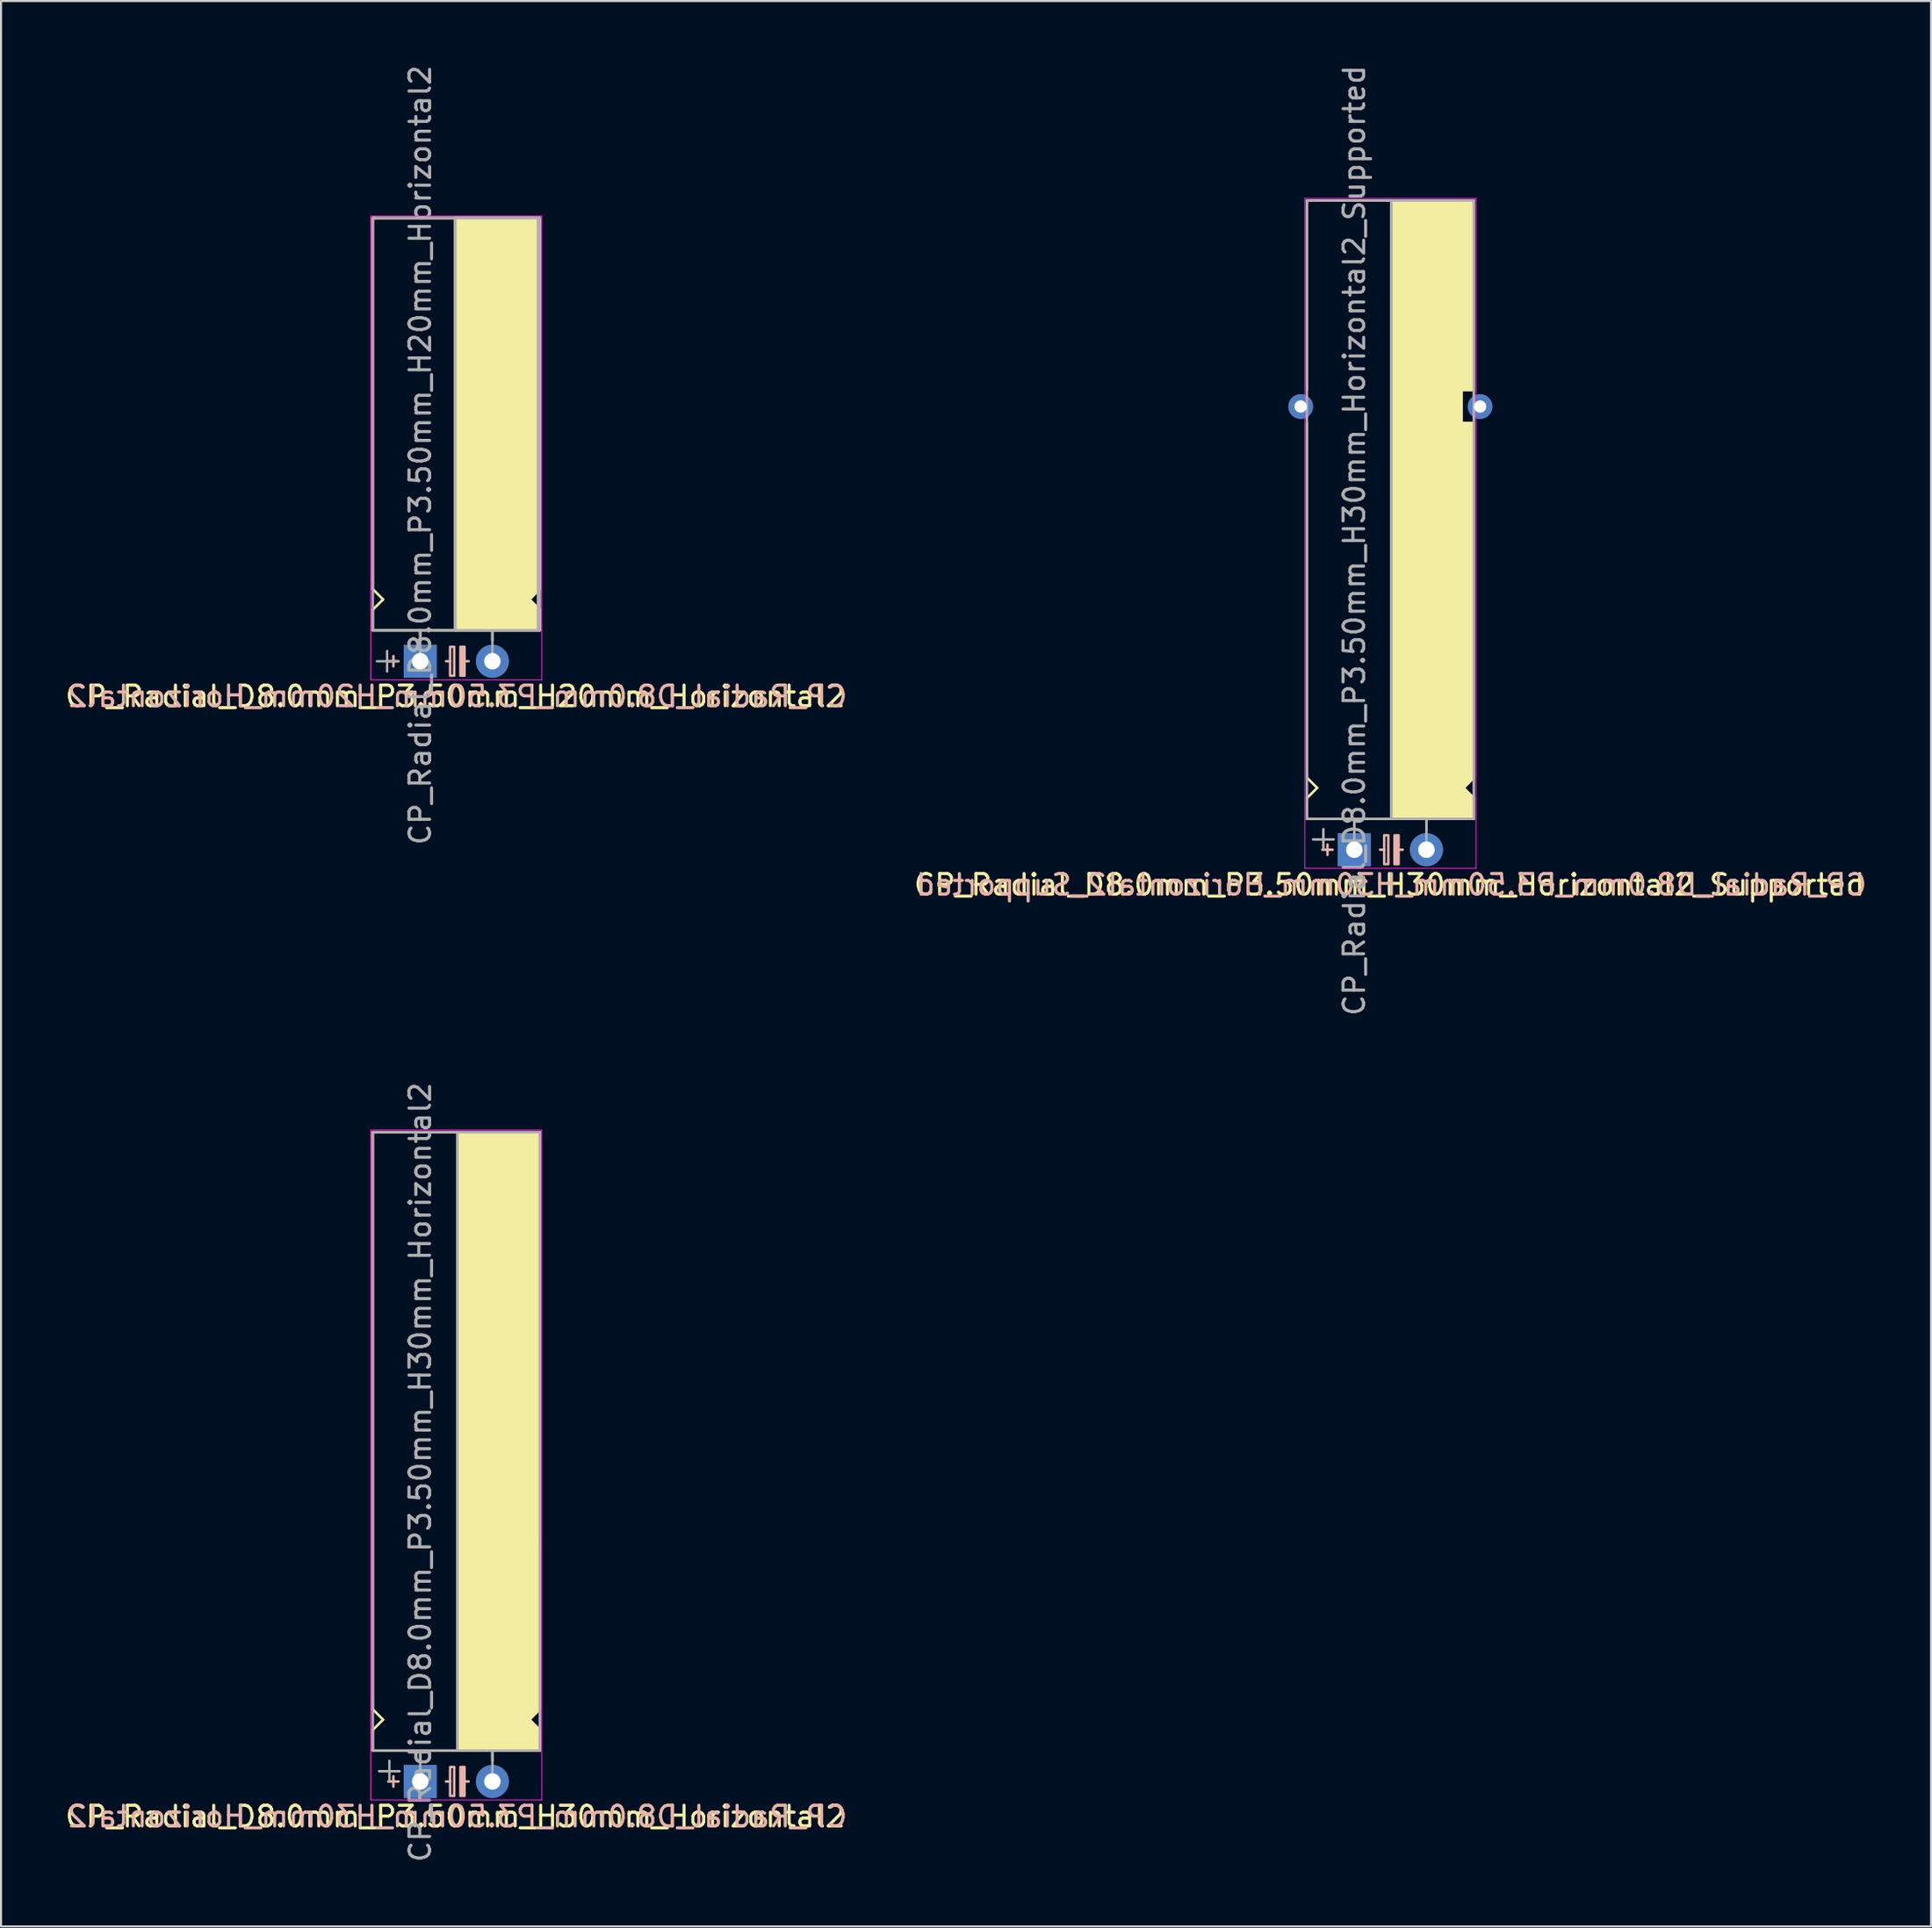
<source format=kicad_pcb>
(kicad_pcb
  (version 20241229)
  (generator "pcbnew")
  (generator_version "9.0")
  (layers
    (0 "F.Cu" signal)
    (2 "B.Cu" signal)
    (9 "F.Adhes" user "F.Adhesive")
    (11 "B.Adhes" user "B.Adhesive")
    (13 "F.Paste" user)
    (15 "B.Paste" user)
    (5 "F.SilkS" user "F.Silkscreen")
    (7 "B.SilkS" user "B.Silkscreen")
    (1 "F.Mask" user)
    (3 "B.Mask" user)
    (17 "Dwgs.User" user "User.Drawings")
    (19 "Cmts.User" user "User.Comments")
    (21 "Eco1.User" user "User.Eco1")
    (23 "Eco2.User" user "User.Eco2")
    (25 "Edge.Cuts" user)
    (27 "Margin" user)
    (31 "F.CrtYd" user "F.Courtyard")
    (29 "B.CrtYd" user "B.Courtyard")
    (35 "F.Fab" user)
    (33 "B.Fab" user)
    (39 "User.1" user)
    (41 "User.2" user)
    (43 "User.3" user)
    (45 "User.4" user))
  (footprint "CP_Radial_D8.0mm_P3.50mm_H30mm_Horizontal2"
    (layer "F.Cu")
    (at 17.33 83.375)
    (property "Reference" "CP_Radial_D8.0mm_P3.50mm_H30mm_Horizontal2" (at 1.7 1.7 0) (layer "F.SilkS") (effects (font (size 1 1) (thickness 0.15))))
    (fp_line (start -2.3 -31.5) (end 5.8 -31.5) (stroke (width 0.12) (type solid)) (layer "F.SilkS"))
    (fp_line (start -2.3 -3.5) (end -2.3 -31.5) (stroke (width 0.12) (type solid)) (layer "F.SilkS"))
    (fp_line (start -2.3 -3.5) (end -1.8 -3) (stroke (width 0.12) (type solid)) (layer "F.SilkS"))
    (fp_line (start -2.3 -2.5) (end -2.3 -1.5) (stroke (width 0.12) (type solid)) (layer "F.SilkS"))
    (fp_line (start -2.3 -1.5) (end 5.8 -1.5) (stroke (width 0.12) (type solid)) (layer "F.SilkS"))
    (fp_line (start -2 -0.5) (end -1 -0.5) (stroke (width 0.1) (type solid)) (layer "F.SilkS"))
    (fp_line (start -1.8 -3) (end -2.3 -2.5) (stroke (width 0.12) (type solid)) (layer "F.SilkS"))
    (fp_line (start -1.5 0) (end -1.5 -1) (stroke (width 0.1) (type solid)) (layer "F.SilkS"))
    (fp_line (start 0 -1) (end 0 -1.5) (stroke (width 0.12) (type solid)) (layer "F.SilkS"))
    (fp_line (start 1.8 -31.5) (end 1.8 -1.5) (stroke (width 0.12) (type solid)) (layer "F.SilkS"))
    (fp_line (start 3.5 -1) (end 3.5 -1.5) (stroke (width 0.12) (type solid)) (layer "F.SilkS"))
    (fp_line (start 5.3 -3) (end 5.8 -3.5) (stroke (width 0.12) (type solid)) (layer "F.SilkS"))
    (fp_line (start 5.8 -11.5) (end 5.8 -31.5) (stroke (width 0.12) (type solid)) (layer "F.SilkS"))
    (fp_line (start 5.8 -3.5) (end 5.8 -11.5) (stroke (width 0.12) (type solid)) (layer "F.SilkS"))
    (fp_line (start 5.8 -2.5) (end 5.3 -3) (stroke (width 0.12) (type solid)) (layer "F.SilkS"))
    (fp_line (start 5.8 -1.5) (end 5.8 -2.5) (stroke (width 0.12) (type solid)) (layer "F.SilkS"))
    (fp_poly (pts (xy 5.8 -3.5) (xy 5.3 -3) (xy 5.8 -2.5) (xy 5.8 -1.5) (xy 1.8 -1.5) (xy 1.8 -31.5) (xy 5.8 -31.5)) (stroke (width 0.1) (type solid)) (fill yes) (layer "F.SilkS"))
    (fp_line (start -1.3 -0.25) (end -1.3 0.25) (stroke (width 0.12) (type solid)) (layer "B.SilkS"))
    (fp_line (start -1.05 0) (end -1.55 0) (stroke (width 0.12) (type solid)) (layer "B.SilkS"))
    (fp_line (start 1.45 0) (end 1.25 0) (stroke (width 0.12) (type solid)) (layer "B.SilkS"))
    (fp_line (start 2.15 0) (end 2.35 0) (stroke (width 0.12) (type solid)) (layer "B.SilkS"))
    (fp_rect (start 1.65 -0.7) (end 1.45 0.7) (stroke (width 0.12) (type solid)) (fill no) (layer "B.SilkS"))
    (fp_rect (start 2.15 -0.7) (end 1.95 0.7) (stroke (width 0.12) (type solid)) (fill yes) (layer "B.SilkS"))
    (fp_line (start -2.4 -31.6) (end -2.4 -1.5) (stroke (width 0.04) (type solid)) (layer "F.CrtYd"))
    (fp_line (start -2.4 -1.5) (end -2.4 0.9) (stroke (width 0.04) (type solid)) (layer "F.CrtYd"))
    (fp_line (start -2.4 0.9) (end 5.9 0.9) (stroke (width 0.04) (type solid)) (layer "F.CrtYd"))
    (fp_line (start 5.9 -31.6) (end -2.4 -31.6) (stroke (width 0.04) (type solid)) (layer "F.CrtYd"))
    (fp_line (start 5.9 0.9) (end 5.9 -31.6) (stroke (width 0.04) (type solid)) (layer "F.CrtYd"))
    (fp_line (start -2.3 -31.5) (end -2.3 -1.5) (stroke (width 0.12) (type solid)) (layer "F.Fab"))
    (fp_line (start -2.3 -1.5) (end 5.8 -1.5) (stroke (width 0.12) (type solid)) (layer "F.Fab"))
    (fp_line (start -2 -0.5) (end -1 -0.5) (stroke (width 0.1) (type solid)) (layer "F.Fab"))
    (fp_line (start -1.5 0) (end -1.5 -1) (stroke (width 0.1) (type solid)) (layer "F.Fab"))
    (fp_line (start 0 -1.5) (end 0 0) (stroke (width 0.12) (type solid)) (layer "F.Fab"))
    (fp_line (start 1.8 -1.5) (end 1.8 -31.5) (stroke (width 0.12) (type solid)) (layer "F.Fab"))
    (fp_line (start 3.5 -1.5) (end 3.5 0) (stroke (width 0.12) (type solid)) (layer "F.Fab"))
    (fp_line (start 5.8 -31.5) (end -2.3 -31.5) (stroke (width 0.12) (type solid)) (layer "F.Fab"))
    (fp_line (start 5.8 -1.5) (end 5.8 -31.5) (stroke (width 0.12) (type solid)) (layer "F.Fab"))
    (fp_poly (pts (xy 5.8 -31.5) (xy 1.8 -31.5) (xy 1.8 -1.5) (xy 5.8 -1.5)) (stroke (width 0.1) (type solid)) (fill no) (layer "F.Fab"))
    (fp_text user "${REFERENCE}" (at 1.8 1.7 0) (layer "B.SilkS") (effects (font (size 1 1) (thickness 0.15)) (justify mirror)))
    (fp_text user "${REFERENCE}" (at 0 -15 90) (layer "F.Fab") (effects (font (size 1 1) (thickness 0.15))))
    (pad "1" thru_hole rect (at 0 0) (size 1.6 1.6) (drill 0.8) (layers "*.Cu" "*.Mask"))
    (pad "2" thru_hole circle (at 3.5 0) (size 1.6 1.6) (drill 0.8) (layers "*.Cu" "*.Mask")))
  (footprint "CP_Radial_D8.0mm_P3.50mm_H30mm_Horizontal2_Supported"
    (layer "F.Cu")
    (at 62.632 38.173)
    (property "Reference" "CP_Radial_D8.0mm_P3.50mm_H30mm_Horizontal2_Supported" (at 1.7 1.7 0) (layer "F.SilkS") (effects (font (size 1 1) (thickness 0.15))))
    (fp_line (start -2.3 -31.5) (end 5.8 -31.5) (stroke (width 0.12) (type solid)) (layer "F.SilkS"))
    (fp_line (start -2.3 -22.3) (end -2.3 -31.5) (stroke (width 0.12) (type solid)) (layer "F.SilkS"))
    (fp_line (start -2.3 -3.5) (end -2.3 -20.7) (stroke (width 0.12) (type solid)) (layer "F.SilkS"))
    (fp_line (start -2.3 -3.5) (end -1.8 -3) (stroke (width 0.12) (type solid)) (layer "F.SilkS"))
    (fp_line (start -2.3 -2.5) (end -2.3 -1.5) (stroke (width 0.12) (type solid)) (layer "F.SilkS"))
    (fp_line (start -2.3 -1.5) (end 5.8 -1.5) (stroke (width 0.12) (type solid)) (layer "F.SilkS"))
    (fp_line (start -2 -0.5) (end -1 -0.5) (stroke (width 0.1) (type solid)) (layer "F.SilkS"))
    (fp_line (start -1.8 -3) (end -2.3 -2.5) (stroke (width 0.12) (type solid)) (layer "F.SilkS"))
    (fp_line (start -1.5 0) (end -1.5 -1) (stroke (width 0.1) (type solid)) (layer "F.SilkS"))
    (fp_line (start 0 -1) (end 0 -1.5) (stroke (width 0.12) (type solid)) (layer "F.SilkS"))
    (fp_line (start 1.8 -31.5) (end 1.8 -1.5) (stroke (width 0.12) (type solid)) (layer "F.SilkS"))
    (fp_line (start 3.5 -1) (end 3.5 -1.5) (stroke (width 0.12) (type solid)) (layer "F.SilkS"))
    (fp_line (start 5.2 -22.3) (end 5.2 -20.7) (stroke (width 0.12) (type solid)) (layer "F.SilkS"))
    (fp_line (start 5.2 -20.7) (end 5.8 -20.7) (stroke (width 0.12) (type solid)) (layer "F.SilkS"))
    (fp_line (start 5.3 -3) (end 5.8 -2.5) (stroke (width 0.12) (type solid)) (layer "F.SilkS"))
    (fp_line (start 5.8 -22.3) (end 5.2 -22.3) (stroke (width 0.12) (type solid)) (layer "F.SilkS"))
    (fp_line (start 5.8 -22.3) (end 5.8 -31.5) (stroke (width 0.12) (type solid)) (layer "F.SilkS"))
    (fp_line (start 5.8 -3.5) (end 5.3 -3) (stroke (width 0.12) (type solid)) (layer "F.SilkS"))
    (fp_line (start 5.8 -3.5) (end 5.8 -20.7) (stroke (width 0.12) (type solid)) (layer "F.SilkS"))
    (fp_line (start 5.8 -2.5) (end 5.8 -1.5) (stroke (width 0.12) (type solid)) (layer "F.SilkS"))
    (fp_poly (pts (xy 5.8 -22.3) (xy 5.2 -22.3) (xy 5.2 -20.7) (xy 5.8 -20.7) (xy 5.8 -3.5) (xy 5.3 -3) (xy 5.8 -2.5) (xy 5.8 -1.5) (xy 1.8 -1.5) (xy 1.8 -31.5) (xy 5.8 -31.5)) (stroke (width 0.1) (type solid)) (fill yes) (layer "F.SilkS"))
    (fp_line (start -1.3 -0.25) (end -1.3 0.25) (stroke (width 0.12) (type solid)) (layer "B.SilkS"))
    (fp_line (start -1.05 0) (end -1.55 0) (stroke (width 0.12) (type solid)) (layer "B.SilkS"))
    (fp_line (start 1.45 0) (end 1.25 0) (stroke (width 0.12) (type solid)) (layer "B.SilkS"))
    (fp_line (start 2.15 0) (end 2.35 0) (stroke (width 0.12) (type solid)) (layer "B.SilkS"))
    (fp_rect (start 1.65 -0.7) (end 1.45 0.7) (stroke (width 0.12) (type solid)) (fill no) (layer "B.SilkS"))
    (fp_rect (start 2.15 -0.7) (end 1.95 0.7) (stroke (width 0.12) (type solid)) (fill yes) (layer "B.SilkS"))
    (fp_line (start -2.4 -31.6) (end -2.4 -1.5) (stroke (width 0.04) (type solid)) (layer "F.CrtYd"))
    (fp_line (start -2.4 -1.5) (end -2.4 0.9) (stroke (width 0.04) (type solid)) (layer "F.CrtYd"))
    (fp_line (start -2.4 0.9) (end 5.9 0.9) (stroke (width 0.04) (type solid)) (layer "F.CrtYd"))
    (fp_line (start 5.9 -31.6) (end -2.4 -31.6) (stroke (width 0.04) (type solid)) (layer "F.CrtYd"))
    (fp_line (start 5.9 0.9) (end 5.9 -31.6) (stroke (width 0.04) (type solid)) (layer "F.CrtYd"))
    (fp_line (start -2.3 -31.5) (end -2.3 -1.5) (stroke (width 0.12) (type solid)) (layer "F.Fab"))
    (fp_line (start -2.3 -1.5) (end 5.8 -1.5) (stroke (width 0.12) (type solid)) (layer "F.Fab"))
    (fp_line (start -2 -0.5) (end -1 -0.5) (stroke (width 0.1) (type solid)) (layer "F.Fab"))
    (fp_line (start -1.5 0) (end -1.5 -1) (stroke (width 0.1) (type solid)) (layer "F.Fab"))
    (fp_line (start 0 -1.5) (end 0 0) (stroke (width 0.12) (type solid)) (layer "F.Fab"))
    (fp_line (start 1.8 -1.5) (end 1.8 -31.5) (stroke (width 0.12) (type solid)) (layer "F.Fab"))
    (fp_line (start 3.5 -1.5) (end 3.5 0) (stroke (width 0.12) (type solid)) (layer "F.Fab"))
    (fp_line (start 5.8 -31.5) (end -2.3 -31.5) (stroke (width 0.12) (type solid)) (layer "F.Fab"))
    (fp_line (start 5.8 -1.5) (end 5.8 -31.5) (stroke (width 0.12) (type solid)) (layer "F.Fab"))
    (fp_poly (pts (xy 5.8 -31.5) (xy 1.8 -31.5) (xy 1.8 -1.5) (xy 5.8 -1.5)) (stroke (width 0.1) (type solid)) (fill no) (layer "F.Fab"))
    (fp_text user "${REFERENCE}" (at 1.8 1.7 0) (layer "B.SilkS") (effects (font (size 1 1) (thickness 0.15)) (justify mirror)))
    (fp_text user "${REFERENCE}" (at 0 -15 90) (layer "F.Fab") (effects (font (size 1 1) (thickness 0.15))))
    (pad "1" thru_hole rect (at 0 0) (size 1.6 1.6) (drill 0.8) (layers "*.Cu" "*.Mask"))
    (pad "2" thru_hole circle (at 3.5 0) (size 1.6 1.6) (drill 0.8) (layers "*.Cu" "*.Mask"))
    (pad "~" thru_hole circle (at -2.6 -21.5 180) (size 1.2 1.2) (drill 0.6) (layers "*.Cu" "*.Mask"))
    (pad "~" thru_hole circle (at 6.1 -21.5 180) (size 1.2 1.2) (drill 0.6) (layers "*.Cu" "*.Mask")))
  (footprint "CP_Radial_D8.0mm_P3.50mm_H20mm_Horizontal2"
    (layer "F.Cu")
    (at 17.33 29.03)
    (property "Reference" "CP_Radial_D8.0mm_P3.50mm_H20mm_Horizontal2" (at 1.7 1.7 0) (layer "F.SilkS") (effects (font (size 1 1) (thickness 0.15))))
    (fp_line (start -2.3 -21.5) (end -2.2 -21.5) (stroke (width 0.12) (type solid)) (layer "F.SilkS"))
    (fp_line (start -2.3 -3.5) (end -2.3 -21.5) (stroke (width 0.12) (type solid)) (layer "F.SilkS"))
    (fp_line (start -2.3 -2.5) (end -1.8 -3) (stroke (width 0.12) (type solid)) (layer "F.SilkS"))
    (fp_line (start -2.3 -1.5) (end -2.3 -2.5) (stroke (width 0.12) (type solid)) (layer "F.SilkS"))
    (fp_line (start -2.1 0) (end -1.1 0) (stroke (width 0.1) (type solid)) (layer "F.SilkS"))
    (fp_line (start -1.8 -3) (end -2.3 -3.5) (stroke (width 0.12) (type solid)) (layer "F.SilkS"))
    (fp_line (start -1.6 0.5) (end -1.6 -0.5) (stroke (width 0.1) (type solid)) (layer "F.SilkS"))
    (fp_line (start 0 -1) (end 0 -1.5) (stroke (width 0.12) (type solid)) (layer "F.SilkS"))
    (fp_line (start 1.7 -21.5) (end 1.7 -1.5) (stroke (width 0.12) (type solid)) (layer "F.SilkS"))
    (fp_line (start 3.5 -1) (end 3.5 -1.5) (stroke (width 0.12) (type solid)) (layer "F.SilkS"))
    (fp_line (start 5.3 -3) (end 5.8 -3.5) (stroke (width 0.12) (type solid)) (layer "F.SilkS"))
    (fp_line (start 5.8 -21.5) (end -2.2 -21.5) (stroke (width 0.12) (type solid)) (layer "F.SilkS"))
    (fp_line (start 5.8 -3.5) (end 5.8 -21.5) (stroke (width 0.12) (type solid)) (layer "F.SilkS"))
    (fp_line (start 5.8 -2.5) (end 5.3 -3) (stroke (width 0.12) (type solid)) (layer "F.SilkS"))
    (fp_line (start 5.8 -1.5) (end -2.3 -1.5) (stroke (width 0.12) (type solid)) (layer "F.SilkS"))
    (fp_line (start 5.8 -1.5) (end 5.8 -2.5) (stroke (width 0.12) (type solid)) (layer "F.SilkS"))
    (fp_poly (pts (xy 5.8 -3.5) (xy 5.3 -3) (xy 5.8 -2.5) (xy 5.8 -1.5) (xy 1.7 -1.5) (xy 1.7 -21.5) (xy 5.8 -21.5)) (stroke (width 0.1) (type solid)) (fill yes) (layer "F.SilkS"))
    (fp_line (start -1.3 -0.25) (end -1.3 0.25) (stroke (width 0.12) (type solid)) (layer "B.SilkS"))
    (fp_line (start -1.05 0) (end -1.55 0) (stroke (width 0.12) (type solid)) (layer "B.SilkS"))
    (fp_line (start 1.45 0) (end 1.25 0) (stroke (width 0.12) (type solid)) (layer "B.SilkS"))
    (fp_line (start 2.15 0) (end 2.35 0) (stroke (width 0.12) (type solid)) (layer "B.SilkS"))
    (fp_rect (start 1.65 -0.7) (end 1.45 0.7) (stroke (width 0.12) (type solid)) (fill no) (layer "B.SilkS"))
    (fp_rect (start 2.15 -0.7) (end 1.95 0.7) (stroke (width 0.12) (type solid)) (fill yes) (layer "B.SilkS"))
    (fp_line (start -2.4 -21.6) (end 5.9 -21.6) (stroke (width 0.04) (type solid)) (layer "F.CrtYd"))
    (fp_line (start -2.4 0.9) (end -2.4 -21.6) (stroke (width 0.04) (type solid)) (layer "F.CrtYd"))
    (fp_line (start -2.4 0.9) (end 5.9 0.9) (stroke (width 0.04) (type solid)) (layer "F.CrtYd"))
    (fp_line (start 5.9 -21.6) (end 5.9 -1.5) (stroke (width 0.04) (type solid)) (layer "F.CrtYd"))
    (fp_line (start 5.9 -1.5) (end 5.9 0.9) (stroke (width 0.04) (type solid)) (layer "F.CrtYd"))
    (fp_line (start -2.3 -21.5) (end 5.8 -21.5) (stroke (width 0.12) (type solid)) (layer "F.Fab"))
    (fp_line (start -2.3 -1.5) (end -2.3 -21.5) (stroke (width 0.12) (type solid)) (layer "F.Fab"))
    (fp_line (start -2.1 0) (end -1.1 0) (stroke (width 0.1) (type solid)) (layer "F.Fab"))
    (fp_line (start -1.6 0.5) (end -1.6 -0.5) (stroke (width 0.1) (type solid)) (layer "F.Fab"))
    (fp_line (start 0 -1.5) (end 0 0) (stroke (width 0.12) (type solid)) (layer "F.Fab"))
    (fp_line (start 1.7 -1.5) (end 1.7 -21.5) (stroke (width 0.12) (type solid)) (layer "F.Fab"))
    (fp_line (start 3.5 -1.5) (end 3.5 0) (stroke (width 0.12) (type solid)) (layer "F.Fab"))
    (fp_line (start 5.8 -21.5) (end 5.8 -1.5) (stroke (width 0.12) (type solid)) (layer "F.Fab"))
    (fp_line (start 5.8 -1.5) (end -2.3 -1.5) (stroke (width 0.12) (type solid)) (layer "F.Fab"))
    (fp_poly (pts (xy 1.7 -21.5) (xy 5.7 -21.5) (xy 5.7 -1.5) (xy 1.7 -1.5)) (stroke (width 0.1) (type solid)) (fill no) (layer "F.Fab"))
    (fp_text user "${REFERENCE}" (at 1.8 1.7 0) (layer "B.SilkS") (effects (font (size 1 1) (thickness 0.15)) (justify mirror)))
    (fp_text user "${REFERENCE}" (at 0 -10 90) (layer "F.Fab") (effects (font (size 1 1) (thickness 0.15))))
    (pad "1" thru_hole rect (at 0 0) (size 1.6 1.6) (drill 0.8) (layers "*.Cu" "*.Mask"))
    (pad "2" thru_hole circle (at 3.5 0) (size 1.6 1.6) (drill 0.8) (layers "*.Cu" "*.Mask")))
  (gr_rect
    (start -3 -3)
    (end 90.605 90.405)
    (stroke (width 0.1) (type default))
    (fill no)
    (layer "Edge.Cuts")))
</source>
